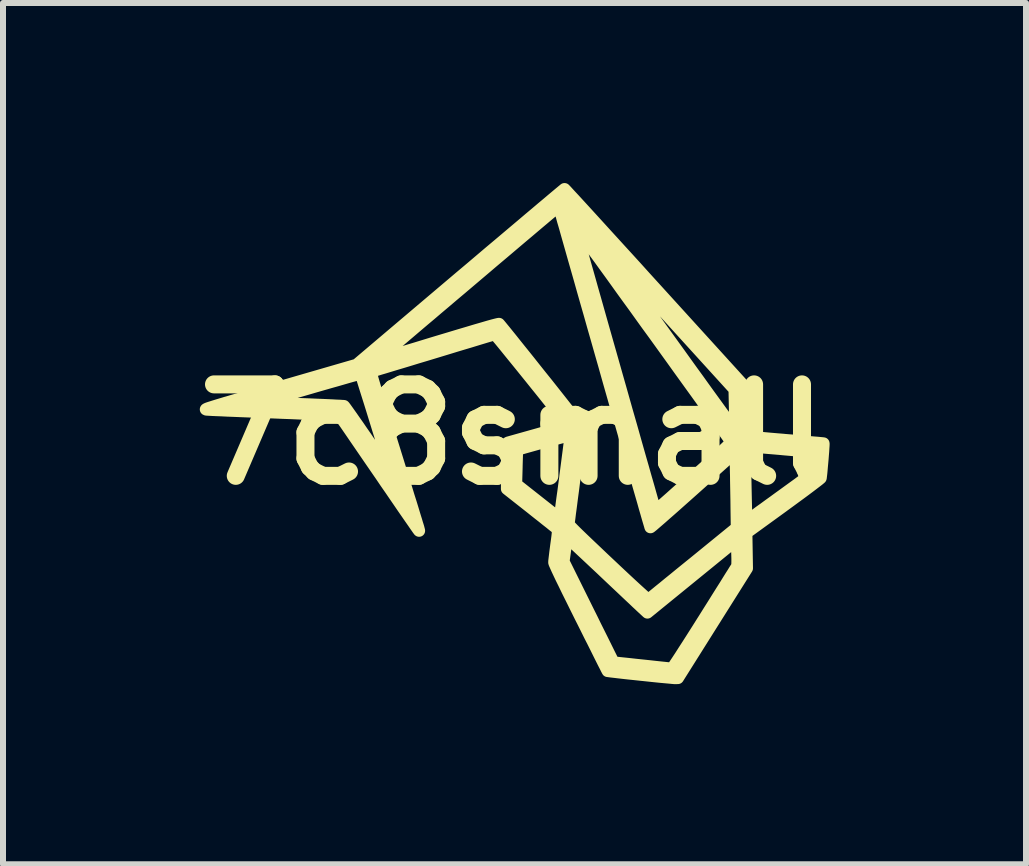
<source format=kicad_pcb>
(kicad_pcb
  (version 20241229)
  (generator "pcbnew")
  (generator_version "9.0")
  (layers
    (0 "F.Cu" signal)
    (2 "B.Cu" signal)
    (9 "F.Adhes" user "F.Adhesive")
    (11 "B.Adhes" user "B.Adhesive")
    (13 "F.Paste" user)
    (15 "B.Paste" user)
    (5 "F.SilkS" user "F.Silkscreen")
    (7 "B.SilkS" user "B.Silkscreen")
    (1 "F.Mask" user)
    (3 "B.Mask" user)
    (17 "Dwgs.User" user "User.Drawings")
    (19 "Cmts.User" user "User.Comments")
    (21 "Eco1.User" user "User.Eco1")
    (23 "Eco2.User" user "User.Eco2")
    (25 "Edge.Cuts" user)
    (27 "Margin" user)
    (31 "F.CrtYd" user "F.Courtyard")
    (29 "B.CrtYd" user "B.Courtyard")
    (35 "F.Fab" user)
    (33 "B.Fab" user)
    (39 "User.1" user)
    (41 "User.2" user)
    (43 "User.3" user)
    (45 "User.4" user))
  (footprint "7c8small"
    (layer "F.Cu")
    (at 5.523 4.189)
    (property "Reference" "7c8small" (at 0 0 0) (layer "F.SilkS") (effects (font (size 1.524 1.524) (thickness 0.3))))
    (attr through_hole)
    (fp_poly (pts (xy 0.841 -4.082) (xy 0.862 -4.06) (xy 0.894 -4.025) (xy 0.939 -3.976) (xy 0.995 -3.916) (xy 1.062 -3.843) (xy 1.138 -3.76) (xy 1.224 -3.666) (xy 1.318 -3.563) (xy 1.42 -3.451) (xy 1.53 -3.33) (xy 1.646 -3.203) (xy 1.769 -3.068) (xy 1.898 -2.927) (xy 2.031 -2.781) (xy 2.168 -2.629) (xy 2.309 -2.474) (xy 2.331 -2.45) (xy 3.82 -0.812) (xy 3.821 -0.749) (xy 3.822 -0.724) (xy 3.823 -0.681) (xy 3.824 -0.624) (xy 3.825 -0.555) (xy 3.826 -0.478) (xy 3.828 -0.394) (xy 3.829 -0.332) (xy 3.831 -0.23) (xy 3.833 -0.147) (xy 3.836 -0.081) (xy 3.838 -0.032) (xy 3.841 0.002) (xy 3.844 0.022) (xy 3.848 0.029) (xy 3.86 0.031) (xy 3.89 0.034) (xy 3.937 0.039) (xy 4 0.046) (xy 4.075 0.053) (xy 4.162 0.061) (xy 4.259 0.07) (xy 4.364 0.079) (xy 4.475 0.088) (xy 4.503 0.091) (xy 4.615 0.1) (xy 4.721 0.109) (xy 4.819 0.118) (xy 4.908 0.126) (xy 4.986 0.133) (xy 5.05 0.138) (xy 5.1 0.143) (xy 5.133 0.146) (xy 5.149 0.148) (xy 5.149 0.148) (xy 5.15 0.159) (xy 5.149 0.187) (xy 5.146 0.229) (xy 5.143 0.281) (xy 5.138 0.342) (xy 5.133 0.407) (xy 5.127 0.473) (xy 5.121 0.538) (xy 5.116 0.598) (xy 5.111 0.65) (xy 5.106 0.691) (xy 5.103 0.718) (xy 5.101 0.727) (xy 5.091 0.736) (xy 5.067 0.756) (xy 5.028 0.786) (xy 4.977 0.825) (xy 4.915 0.872) (xy 4.843 0.926) (xy 4.762 0.986) (xy 4.673 1.051) (xy 4.579 1.12) (xy 4.479 1.193) (xy 4.478 1.194) (xy 3.863 1.64) (xy 3.873 2.23) (xy 3.297 3.145) (xy 2.722 4.059) (xy 2.684 4.06) (xy 2.667 4.06) (xy 2.632 4.057) (xy 2.58 4.052) (xy 2.515 4.046) (xy 2.437 4.039) (xy 2.349 4.03) (xy 2.253 4.02) (xy 2.151 4.009) (xy 2.101 4.004) (xy 1.998 3.993) (xy 1.901 3.983) (xy 1.812 3.973) (xy 1.733 3.964) (xy 1.666 3.956) (xy 1.613 3.95) (xy 1.575 3.945) (xy 1.554 3.942) (xy 1.551 3.942) (xy 1.546 3.932) (xy 1.532 3.906) (xy 1.511 3.863) (xy 1.482 3.807) (xy 1.447 3.737) (xy 1.406 3.655) (xy 1.36 3.562) (xy 1.309 3.46) (xy 1.253 3.35) (xy 1.195 3.233) (xy 1.133 3.109) (xy 1.103 3.05) (xy 1.021 2.885) (xy 0.948 2.737) (xy 0.883 2.607) (xy 0.828 2.493) (xy 0.78 2.396) (xy 0.741 2.314) (xy 0.71 2.248) (xy 0.687 2.197) (xy 0.671 2.161) (xy 0.662 2.138) (xy 0.661 2.13) (xy 0.662 2.118) (xy 0.817 2.118) (xy 1.232 2.956) (xy 1.293 3.078) (xy 1.35 3.195) (xy 1.405 3.305) (xy 1.456 3.407) (xy 1.502 3.5) (xy 1.543 3.583) (xy 1.578 3.654) (xy 1.607 3.712) (xy 1.629 3.756) (xy 1.643 3.784) (xy 1.649 3.796) (xy 1.649 3.796) (xy 1.659 3.798) (xy 1.687 3.801) (xy 1.73 3.806) (xy 1.787 3.812) (xy 1.854 3.819) (xy 1.929 3.827) (xy 2.01 3.836) (xy 2.095 3.845) (xy 2.181 3.854) (xy 2.265 3.863) (xy 2.346 3.872) (xy 2.421 3.88) (xy 2.488 3.887) (xy 2.544 3.893) (xy 2.586 3.897) (xy 2.613 3.9) (xy 2.621 3.9) (xy 2.629 3.892) (xy 2.648 3.867) (xy 2.676 3.825) (xy 2.714 3.768) (xy 2.762 3.695) (xy 2.818 3.607) (xy 2.884 3.505) (xy 2.958 3.389) (xy 3.04 3.26) (xy 3.13 3.117) (xy 3.165 3.062) (xy 3.24 2.942) (xy 3.312 2.828) (xy 3.38 2.719) (xy 3.444 2.617) (xy 3.503 2.524) (xy 3.555 2.44) (xy 3.601 2.366) (xy 3.64 2.305) (xy 3.67 2.256) (xy 3.692 2.222) (xy 3.703 2.203) (xy 3.705 2.2) (xy 3.71 2.185) (xy 3.712 2.16) (xy 3.713 2.121) (xy 3.713 2.066) (xy 3.711 1.994) (xy 3.71 1.966) (xy 3.703 1.755) (xy 2.214 2.968) (xy 2.105 2.867) (xy 2.08 2.843) (xy 2.041 2.807) (xy 1.991 2.759) (xy 1.93 2.702) (xy 1.86 2.636) (xy 1.783 2.563) (xy 1.699 2.484) (xy 1.611 2.401) (xy 1.52 2.315) (xy 1.438 2.237) (xy 1.348 2.153) (xy 1.263 2.073) (xy 1.183 1.998) (xy 1.11 1.93) (xy 1.045 1.869) (xy 0.988 1.816) (xy 0.942 1.774) (xy 0.907 1.741) (xy 0.884 1.721) (xy 0.875 1.714) (xy 0.874 1.714) (xy 0.872 1.724) (xy 0.867 1.752) (xy 0.861 1.794) (xy 0.853 1.847) (xy 0.845 1.907) (xy 0.844 1.918) (xy 0.817 2.118) (xy 0.662 2.118) (xy 0.662 2.111) (xy 0.666 2.076) (xy 0.672 2.026) (xy 0.679 1.966) (xy 0.688 1.898) (xy 0.695 1.844) (xy 0.706 1.765) (xy 0.714 1.703) (xy 0.719 1.657) (xy 0.721 1.623) (xy 0.722 1.601) (xy 0.72 1.586) (xy 0.717 1.577) (xy 0.715 1.575) (xy 0.704 1.566) (xy 0.679 1.545) (xy 0.641 1.515) (xy 0.592 1.475) (xy 0.533 1.429) (xy 0.466 1.375) (xy 0.392 1.317) (xy 0.314 1.255) (xy 0.287 1.233) (xy -0.127 0.907) (xy -0.126 0.83) (xy 0.027 0.83) (xy 0.387 1.114) (xy 0.472 1.181) (xy 0.543 1.237) (xy 0.6 1.282) (xy 0.646 1.317) (xy 0.681 1.343) (xy 0.707 1.362) (xy 0.726 1.374) (xy 0.739 1.38) (xy 0.747 1.381) (xy 0.751 1.379) (xy 0.754 1.374) (xy 0.754 1.372) (xy 0.757 1.358) (xy 0.762 1.325) (xy 0.769 1.276) (xy 0.778 1.211) (xy 0.788 1.134) (xy 0.8 1.045) (xy 0.814 0.947) (xy 0.828 0.84) (xy 0.843 0.728) (xy 0.848 0.683) (xy 0.863 0.569) (xy 0.877 0.462) (xy 0.89 0.361) (xy 0.902 0.27) (xy 0.912 0.19) (xy 0.921 0.123) (xy 0.928 0.07) (xy 0.932 0.033) (xy 0.934 0.014) (xy 0.935 0.012) (xy 0.925 0.013) (xy 0.899 0.019) (xy 0.857 0.03) (xy 0.804 0.044) (xy 0.74 0.061) (xy 0.668 0.08) (xy 0.591 0.101) (xy 0.511 0.123) (xy 0.43 0.145) (xy 0.352 0.167) (xy 0.277 0.188) (xy 0.209 0.207) (xy 0.149 0.224) (xy 0.101 0.238) (xy 0.066 0.249) (xy 0.048 0.255) (xy 0.045 0.256) (xy 0.044 0.267) (xy 0.043 0.295) (xy 0.041 0.338) (xy 0.039 0.394) (xy 0.037 0.46) (xy 0.035 0.533) (xy 0.035 0.545) (xy 0.027 0.83) (xy -0.126 0.83) (xy -0.125 0.715) (xy -0.124 0.636) (xy -0.122 0.545) (xy -0.12 0.452) (xy -0.118 0.366) (xy -0.116 0.329) (xy -0.11 0.135) (xy 0.392 -0.006) (xy 0.489 -0.034) (xy 0.58 -0.06) (xy 0.662 -0.083) (xy 0.735 -0.105) (xy 0.796 -0.123) (xy 0.844 -0.138) (xy 0.876 -0.148) (xy 0.891 -0.154) (xy 0.891 -0.154) (xy 0.884 -0.165) (xy 0.865 -0.19) (xy 0.836 -0.228) (xy 0.797 -0.278) (xy 0.75 -0.338) (xy 0.695 -0.406) (xy 0.634 -0.483) (xy 0.568 -0.566) (xy 0.498 -0.654) (xy 0.425 -0.745) (xy 0.349 -0.839) (xy 0.273 -0.934) (xy 0.197 -1.028) (xy 0.122 -1.121) (xy 0.049 -1.211) (xy -0.021 -1.297) (xy -0.086 -1.377) (xy -0.145 -1.45) (xy -0.198 -1.515) (xy -0.244 -1.571) (xy -0.281 -1.615) (xy -0.308 -1.648) (xy -0.324 -1.666) (xy -0.329 -1.671) (xy -0.34 -1.667) (xy -0.369 -1.658) (xy -0.415 -1.644) (xy -0.477 -1.626) (xy -0.553 -1.603) (xy -0.642 -1.576) (xy -0.743 -1.545) (xy -0.854 -1.512) (xy -0.974 -1.476) (xy -1.101 -1.437) (xy -1.236 -1.396) (xy -1.351 -1.361) (xy -1.49 -1.319) (xy -1.624 -1.279) (xy -1.751 -1.24) (xy -1.87 -1.204) (xy -1.981 -1.171) (xy -2.08 -1.141) (xy -2.168 -1.114) (xy -2.243 -1.092) (xy -2.303 -1.073) (xy -2.348 -1.06) (xy -2.375 -1.051) (xy -2.384 -1.049) (xy -2.387 -1.047) (xy -2.389 -1.044) (xy -2.39 -1.038) (xy -2.389 -1.029) (xy -2.387 -1.015) (xy -2.383 -0.996) (xy -2.377 -0.97) (xy -2.368 -0.937) (xy -2.356 -0.895) (xy -2.341 -0.844) (xy -2.323 -0.782) (xy -2.301 -0.709) (xy -2.275 -0.624) (xy -2.245 -0.526) (xy -2.21 -0.413) (xy -2.171 -0.285) (xy -2.126 -0.14) (xy -2.076 0.021) (xy -2.02 0.201) (xy -2.005 0.249) (xy -1.946 0.439) (xy -1.893 0.611) (xy -1.845 0.766) (xy -1.802 0.904) (xy -1.765 1.026) (xy -1.731 1.133) (xy -1.702 1.227) (xy -1.678 1.307) (xy -1.657 1.376) (xy -1.639 1.433) (xy -1.625 1.481) (xy -1.613 1.519) (xy -1.604 1.548) (xy -1.598 1.571) (xy -1.594 1.587) (xy -1.591 1.597) (xy -1.59 1.603) (xy -1.59 1.605) (xy -1.592 1.604) (xy -1.593 1.602) (xy -1.596 1.599) (xy -1.598 1.595) (xy -1.599 1.594) (xy -1.607 1.584) (xy -1.625 1.558) (xy -1.653 1.518) (xy -1.69 1.464) (xy -1.736 1.398) (xy -1.79 1.32) (xy -1.851 1.232) (xy -1.918 1.134) (xy -1.99 1.029) (xy -2.067 0.916) (xy -2.149 0.798) (xy -2.233 0.674) (xy -2.26 0.635) (xy -2.346 0.51) (xy -2.428 0.391) (xy -2.506 0.277) (xy -2.58 0.169) (xy -2.648 0.07) (xy -2.71 -0.021) (xy -2.765 -0.101) (xy -2.813 -0.171) (xy -2.853 -0.228) (xy -2.883 -0.272) (xy -2.904 -0.302) (xy -2.914 -0.316) (xy -2.915 -0.317) (xy -2.925 -0.319) (xy -2.955 -0.321) (xy -3.003 -0.323) (xy -3.067 -0.327) (xy -3.145 -0.33) (xy -3.238 -0.335) (xy -3.343 -0.339) (xy -3.459 -0.344) (xy -3.584 -0.349) (xy -3.718 -0.355) (xy -3.859 -0.36) (xy -4.003 -0.366) (xy -4.151 -0.372) (xy -4.293 -0.377) (xy -4.429 -0.383) (xy -4.558 -0.388) (xy -4.677 -0.393) (xy -4.785 -0.397) (xy -4.882 -0.402) (xy -4.965 -0.405) (xy -5.033 -0.408) (xy -5.085 -0.411) (xy -5.119 -0.413) (xy -5.134 -0.414) (xy -5.141 -0.416) (xy -5.144 -0.418) (xy -5.143 -0.42) (xy -5.137 -0.424) (xy -5.125 -0.43) (xy -5.107 -0.437) (xy -5.08 -0.446) (xy -5.045 -0.457) (xy -5.001 -0.471) (xy -4.946 -0.488) (xy -4.879 -0.508) (xy -4.8 -0.532) (xy -4.794 -0.533) (xy -4.232 -0.533) (xy -3.542 -0.506) (xy -3.426 -0.502) (xy -3.315 -0.497) (xy -3.212 -0.493) (xy -3.118 -0.489) (xy -3.034 -0.485) (xy -2.964 -0.481) (xy -2.908 -0.479) (xy -2.868 -0.476) (xy -2.845 -0.475) (xy -2.841 -0.474) (xy -2.833 -0.465) (xy -2.815 -0.441) (xy -2.787 -0.402) (xy -2.751 -0.351) (xy -2.707 -0.289) (xy -2.657 -0.217) (xy -2.6 -0.136) (xy -2.54 -0.048) (xy -2.475 0.045) (xy -2.438 0.1) (xy -2.372 0.196) (xy -2.309 0.286) (xy -2.251 0.371) (xy -2.198 0.447) (xy -2.152 0.514) (xy -2.112 0.571) (xy -2.081 0.615) (xy -2.059 0.647) (xy -2.047 0.664) (xy -2.044 0.666) (xy -2.047 0.656) (xy -2.055 0.628) (xy -2.068 0.584) (xy -2.086 0.524) (xy -2.109 0.451) (xy -2.135 0.365) (xy -2.164 0.268) (xy -2.197 0.161) (xy -2.232 0.047) (xy -2.27 -0.074) (xy -2.3 -0.172) (xy -2.339 -0.298) (xy -2.376 -0.418) (xy -2.411 -0.531) (xy -2.444 -0.635) (xy -2.474 -0.73) (xy -2.5 -0.813) (xy -2.522 -0.884) (xy -2.54 -0.941) (xy -2.553 -0.982) (xy -2.561 -1.006) (xy -2.563 -1.012) (xy -2.573 -1.01) (xy -2.602 -1.003) (xy -2.647 -0.99) (xy -2.707 -0.974) (xy -2.781 -0.953) (xy -2.867 -0.928) (xy -2.964 -0.9) (xy -3.071 -0.87) (xy -3.186 -0.837) (xy -3.308 -0.802) (xy -3.4 -0.775) (xy -4.232 -0.533) (xy -4.794 -0.533) (xy -4.707 -0.559) (xy -4.6 -0.59) (xy -4.478 -0.626) (xy -4.34 -0.666) (xy -4.185 -0.711) (xy -4.011 -0.762) (xy -3.907 -0.792) (xy -2.631 -1.162) (xy -2.533 -1.245) (xy -2.282 -1.245) (xy -2.281 -1.242) (xy -2.281 -1.242) (xy -2.27 -1.246) (xy -2.241 -1.255) (xy -2.195 -1.269) (xy -2.133 -1.288) (xy -2.058 -1.311) (xy -1.969 -1.338) (xy -1.869 -1.368) (xy -1.758 -1.402) (xy -1.638 -1.438) (xy -1.511 -1.477) (xy -1.377 -1.518) (xy -1.271 -1.55) (xy -1.084 -1.606) (xy -0.915 -1.657) (xy -0.766 -1.701) (xy -0.636 -1.74) (xy -0.525 -1.772) (xy -0.433 -1.799) (xy -0.361 -1.819) (xy -0.307 -1.833) (xy -0.273 -1.841) (xy -0.258 -1.843) (xy -0.258 -1.843) (xy -0.25 -1.834) (xy -0.23 -1.81) (xy -0.199 -1.772) (xy -0.158 -1.722) (xy -0.108 -1.66) (xy -0.049 -1.587) (xy 0.017 -1.504) (xy 0.09 -1.413) (xy 0.169 -1.315) (xy 0.253 -1.21) (xy 0.341 -1.099) (xy 0.431 -0.986) (xy 0.55 -0.838) (xy 0.656 -0.704) (xy 0.75 -0.585) (xy 0.832 -0.481) (xy 0.903 -0.391) (xy 0.963 -0.314) (xy 1.012 -0.25) (xy 1.05 -0.199) (xy 1.078 -0.161) (xy 1.097 -0.134) (xy 1.106 -0.118) (xy 1.107 -0.114) (xy 1.106 -0.1) (xy 1.102 -0.068) (xy 1.096 -0.019) (xy 1.088 0.046) (xy 1.078 0.125) (xy 1.067 0.215) (xy 1.054 0.316) (xy 1.04 0.426) (xy 1.024 0.544) (xy 1.008 0.667) (xy 1.005 0.689) (xy 0.989 0.813) (xy 0.974 0.932) (xy 0.959 1.043) (xy 0.946 1.146) (xy 0.934 1.238) (xy 0.923 1.319) (xy 0.915 1.386) (xy 0.908 1.438) (xy 0.904 1.473) (xy 0.901 1.49) (xy 0.901 1.491) (xy 0.904 1.498) (xy 0.911 1.509) (xy 0.926 1.526) (xy 0.948 1.55) (xy 0.977 1.58) (xy 1.016 1.619) (xy 1.064 1.666) (xy 1.123 1.723) (xy 1.193 1.79) (xy 1.275 1.868) (xy 1.37 1.958) (xy 1.478 2.061) (xy 1.56 2.138) (xy 1.666 2.238) (xy 1.766 2.332) (xy 1.859 2.419) (xy 1.943 2.497) (xy 2.019 2.567) (xy 2.084 2.626) (xy 2.138 2.675) (xy 2.18 2.713) (xy 2.21 2.739) (xy 2.227 2.752) (xy 2.23 2.753) (xy 2.239 2.746) (xy 2.263 2.726) (xy 2.301 2.696) (xy 2.35 2.656) (xy 2.411 2.606) (xy 2.483 2.548) (xy 2.563 2.482) (xy 2.651 2.411) (xy 2.746 2.333) (xy 2.847 2.251) (xy 2.953 2.165) (xy 2.972 2.15) (xy 3.703 1.554) (xy 3.699 1.277) (xy 3.698 1.195) (xy 3.697 1.098) (xy 3.695 0.991) (xy 3.693 0.881) (xy 3.691 0.771) (xy 3.69 0.669) (xy 3.689 0.646) (xy 3.683 0.319) (xy 3.841 0.319) (xy 3.841 0.378) (xy 3.842 0.453) (xy 3.844 0.546) (xy 3.844 0.577) (xy 3.846 0.676) (xy 3.848 0.781) (xy 3.85 0.886) (xy 3.852 0.988) (xy 3.854 1.081) (xy 3.856 1.161) (xy 3.857 1.202) (xy 3.863 1.443) (xy 3.887 1.428) (xy 3.899 1.419) (xy 3.926 1.4) (xy 3.967 1.371) (xy 4.02 1.333) (xy 4.082 1.287) (xy 4.154 1.236) (xy 4.233 1.178) (xy 4.318 1.117) (xy 4.396 1.06) (xy 4.485 0.996) (xy 4.57 0.934) (xy 4.65 0.876) (xy 4.722 0.824) (xy 4.785 0.777) (xy 4.838 0.739) (xy 4.879 0.709) (xy 4.907 0.688) (xy 4.919 0.679) (xy 4.955 0.651) (xy 4.968 0.485) (xy 4.972 0.429) (xy 4.976 0.378) (xy 4.979 0.339) (xy 4.981 0.313) (xy 4.982 0.305) (xy 4.979 0.302) (xy 4.97 0.298) (xy 4.953 0.294) (xy 4.926 0.29) (xy 4.887 0.285) (xy 4.837 0.28) (xy 4.772 0.273) (xy 4.692 0.266) (xy 4.595 0.257) (xy 4.48 0.247) (xy 4.43 0.242) (xy 4.325 0.233) (xy 4.227 0.225) (xy 4.135 0.217) (xy 4.054 0.21) (xy 3.984 0.204) (xy 3.927 0.199) (xy 3.886 0.196) (xy 3.862 0.194) (xy 3.857 0.194) (xy 3.852 0.194) (xy 3.848 0.197) (xy 3.845 0.205) (xy 3.843 0.219) (xy 3.842 0.242) (xy 3.841 0.274) (xy 3.841 0.319) (xy 3.683 0.319) (xy 3.683 0.291) (xy 2.977 0.922) (xy 2.875 1.013) (xy 2.777 1.1) (xy 2.685 1.182) (xy 2.599 1.258) (xy 2.52 1.327) (xy 2.45 1.389) (xy 2.39 1.441) (xy 2.34 1.484) (xy 2.302 1.517) (xy 2.276 1.538) (xy 2.265 1.546) (xy 2.264 1.546) (xy 2.261 1.536) (xy 2.253 1.507) (xy 2.239 1.46) (xy 2.22 1.396) (xy 2.197 1.315) (xy 2.169 1.219) (xy 2.138 1.108) (xy 2.102 0.984) (xy 2.062 0.846) (xy 2.019 0.695) (xy 1.973 0.533) (xy 1.924 0.36) (xy 1.872 0.177) (xy 1.817 -0.015) (xy 1.76 -0.215) (xy 1.7 -0.423) (xy 1.639 -0.638) (xy 1.576 -0.859) (xy 1.512 -1.086) (xy 1.499 -1.133) (xy 1.434 -1.36) (xy 1.371 -1.582) (xy 1.309 -1.798) (xy 1.25 -2.008) (xy 1.192 -2.21) (xy 1.137 -2.403) (xy 1.085 -2.588) (xy 1.035 -2.763) (xy 0.988 -2.927) (xy 0.945 -3.079) (xy 0.905 -3.22) (xy 0.869 -3.347) (xy 0.837 -3.461) (xy 0.822 -3.512) (xy 0.989 -3.512) (xy 0.992 -3.502) (xy 0.999 -3.474) (xy 1.012 -3.428) (xy 1.03 -3.366) (xy 1.052 -3.288) (xy 1.078 -3.196) (xy 1.107 -3.09) (xy 1.141 -2.972) (xy 1.177 -2.843) (xy 1.217 -2.703) (xy 1.259 -2.554) (xy 1.303 -2.397) (xy 1.35 -2.232) (xy 1.398 -2.062) (xy 1.448 -1.885) (xy 1.499 -1.705) (xy 1.551 -1.522) (xy 1.604 -1.336) (xy 1.657 -1.149) (xy 1.71 -0.962) (xy 1.763 -0.776) (xy 1.815 -0.592) (xy 1.866 -0.411) (xy 1.917 -0.234) (xy 1.966 -0.062) (xy 2.013 0.105) (xy 2.058 0.264) (xy 2.101 0.415) (xy 2.142 0.557) (xy 2.179 0.689) (xy 2.214 0.81) (xy 2.245 0.918) (xy 2.272 1.014) (xy 2.295 1.095) (xy 2.314 1.161) (xy 2.328 1.211) (xy 2.338 1.244) (xy 2.342 1.258) (xy 2.342 1.258) (xy 2.343 1.261) (xy 2.343 1.264) (xy 2.344 1.266) (xy 2.347 1.266) (xy 2.352 1.264) (xy 2.361 1.258) (xy 2.374 1.247) (xy 2.392 1.232) (xy 2.417 1.211) (xy 2.448 1.183) (xy 2.488 1.148) (xy 2.538 1.104) (xy 2.597 1.052) (xy 2.667 0.989) (xy 2.749 0.916) (xy 2.844 0.831) (xy 2.952 0.734) (xy 3.012 0.681) (xy 3.138 0.568) (xy 3.25 0.468) (xy 3.346 0.38) (xy 3.428 0.306) (xy 3.495 0.244) (xy 3.547 0.194) (xy 3.584 0.158) (xy 3.606 0.135) (xy 3.613 0.125) (xy 3.613 0.125) (xy 3.606 0.116) (xy 3.589 0.091) (xy 3.56 0.051) (xy 3.522 -0.003) (xy 3.475 -0.069) (xy 3.419 -0.147) (xy 3.355 -0.236) (xy 3.284 -0.335) (xy 3.206 -0.443) (xy 3.123 -0.559) (xy 3.034 -0.683) (xy 2.94 -0.813) (xy 2.842 -0.949) (xy 2.741 -1.089) (xy 2.638 -1.233) (xy 2.532 -1.38) (xy 2.425 -1.529) (xy 2.317 -1.679) (xy 2.208 -1.828) (xy 2.101 -1.977) (xy 1.995 -2.125) (xy 1.89 -2.269) (xy 1.788 -2.41) (xy 1.69 -2.547) (xy 1.595 -2.679) (xy 1.504 -2.804) (xy 1.419 -2.922) (xy 1.339 -3.031) (xy 1.266 -3.132) (xy 1.2 -3.223) (xy 1.143 -3.302) (xy 1.344 -3.302) (xy 1.344 -3.301) (xy 1.346 -3.297) (xy 1.351 -3.289) (xy 1.359 -3.278) (xy 1.37 -3.262) (xy 1.384 -3.241) (xy 1.403 -3.215) (xy 1.427 -3.182) (xy 1.455 -3.142) (xy 1.49 -3.094) (xy 1.53 -3.038) (xy 1.577 -2.973) (xy 1.63 -2.898) (xy 1.691 -2.813) (xy 1.76 -2.718) (xy 1.837 -2.611) (xy 1.923 -2.491) (xy 2.018 -2.359) (xy 2.123 -2.214) (xy 2.238 -2.055) (xy 2.363 -1.881) (xy 2.5 -1.691) (xy 2.637 -1.501) (xy 2.747 -1.349) (xy 2.853 -1.201) (xy 2.956 -1.058) (xy 3.055 -0.922) (xy 3.148 -0.792) (xy 3.236 -0.67) (xy 3.318 -0.557) (xy 3.393 -0.454) (xy 3.46 -0.361) (xy 3.52 -0.279) (xy 3.57 -0.209) (xy 3.612 -0.152) (xy 3.644 -0.109) (xy 3.665 -0.08) (xy 3.675 -0.067) (xy 3.676 -0.066) (xy 3.676 -0.076) (xy 3.676 -0.105) (xy 3.676 -0.149) (xy 3.675 -0.206) (xy 3.674 -0.274) (xy 3.673 -0.35) (xy 3.672 -0.41) (xy 3.665 -0.751) (xy 2.517 -2.014) (xy 2.393 -2.151) (xy 2.272 -2.284) (xy 2.155 -2.412) (xy 2.044 -2.535) (xy 1.938 -2.652) (xy 1.838 -2.761) (xy 1.746 -2.863) (xy 1.661 -2.956) (xy 1.585 -3.039) (xy 1.518 -3.112) (xy 1.462 -3.175) (xy 1.416 -3.225) (xy 1.381 -3.263) (xy 1.359 -3.287) (xy 1.35 -3.297) (xy 1.349 -3.297) (xy 1.347 -3.3) (xy 1.345 -3.301) (xy 1.344 -3.302) (xy 1.143 -3.302) (xy 1.142 -3.304) (xy 1.092 -3.372) (xy 1.051 -3.428) (xy 1.02 -3.471) (xy 1 -3.499) (xy 0.99 -3.512) (xy 0.989 -3.512) (xy 0.822 -3.512) (xy 0.808 -3.559) (xy 0.785 -3.643) (xy 0.765 -3.71) (xy 0.751 -3.76) (xy 0.742 -3.793) (xy 0.738 -3.806) (xy 0.738 -3.807) (xy 0.73 -3.801) (xy 0.707 -3.782) (xy 0.671 -3.752) (xy 0.623 -3.711) (xy 0.562 -3.66) (xy 0.49 -3.599) (xy 0.409 -3.531) (xy 0.318 -3.454) (xy 0.219 -3.37) (xy 0.112 -3.28) (xy -0.000249 -3.185) (xy -0.118 -3.085) (xy -0.241 -2.981) (xy -0.368 -2.874) (xy -0.497 -2.764) (xy -0.628 -2.653) (xy -0.76 -2.541) (xy -0.892 -2.429) (xy -1.024 -2.318) (xy -1.153 -2.208) (xy -1.28 -2.101) (xy -1.403 -1.996) (xy -1.522 -1.896) (xy -1.635 -1.8) (xy -1.742 -1.709) (xy -1.842 -1.624) (xy -1.934 -1.546) (xy -2.016 -1.476) (xy -2.089 -1.414) (xy -2.15 -1.361) (xy -2.2 -1.319) (xy -2.238 -1.287) (xy -2.262 -1.266) (xy -2.271 -1.258) (xy -2.282 -1.245) (xy -2.533 -1.245) (xy -0.903 -2.626) (xy -0.74 -2.763) (xy -0.581 -2.898) (xy -0.428 -3.028) (xy -0.279 -3.153) (xy -0.137 -3.273) (xy -0.002 -3.387) (xy 0.126 -3.495) (xy 0.245 -3.596) (xy 0.356 -3.689) (xy 0.456 -3.774) (xy 0.547 -3.85) (xy 0.626 -3.917) (xy 0.694 -3.974) (xy 0.749 -4.02) (xy 0.791 -4.055) (xy 0.819 -4.078) (xy 0.832 -4.089) (xy 0.834 -4.089) (xy 0.841 -4.082)) (stroke (width 0.2) (type solid)) (fill yes) (layer "F.SilkS")))
  (gr_rect
    (start -3 -3)
    (end 14.045 11.35)
    (stroke (width 0.1) (type default))
    (fill no)
    (layer "Edge.Cuts")))
</source>
